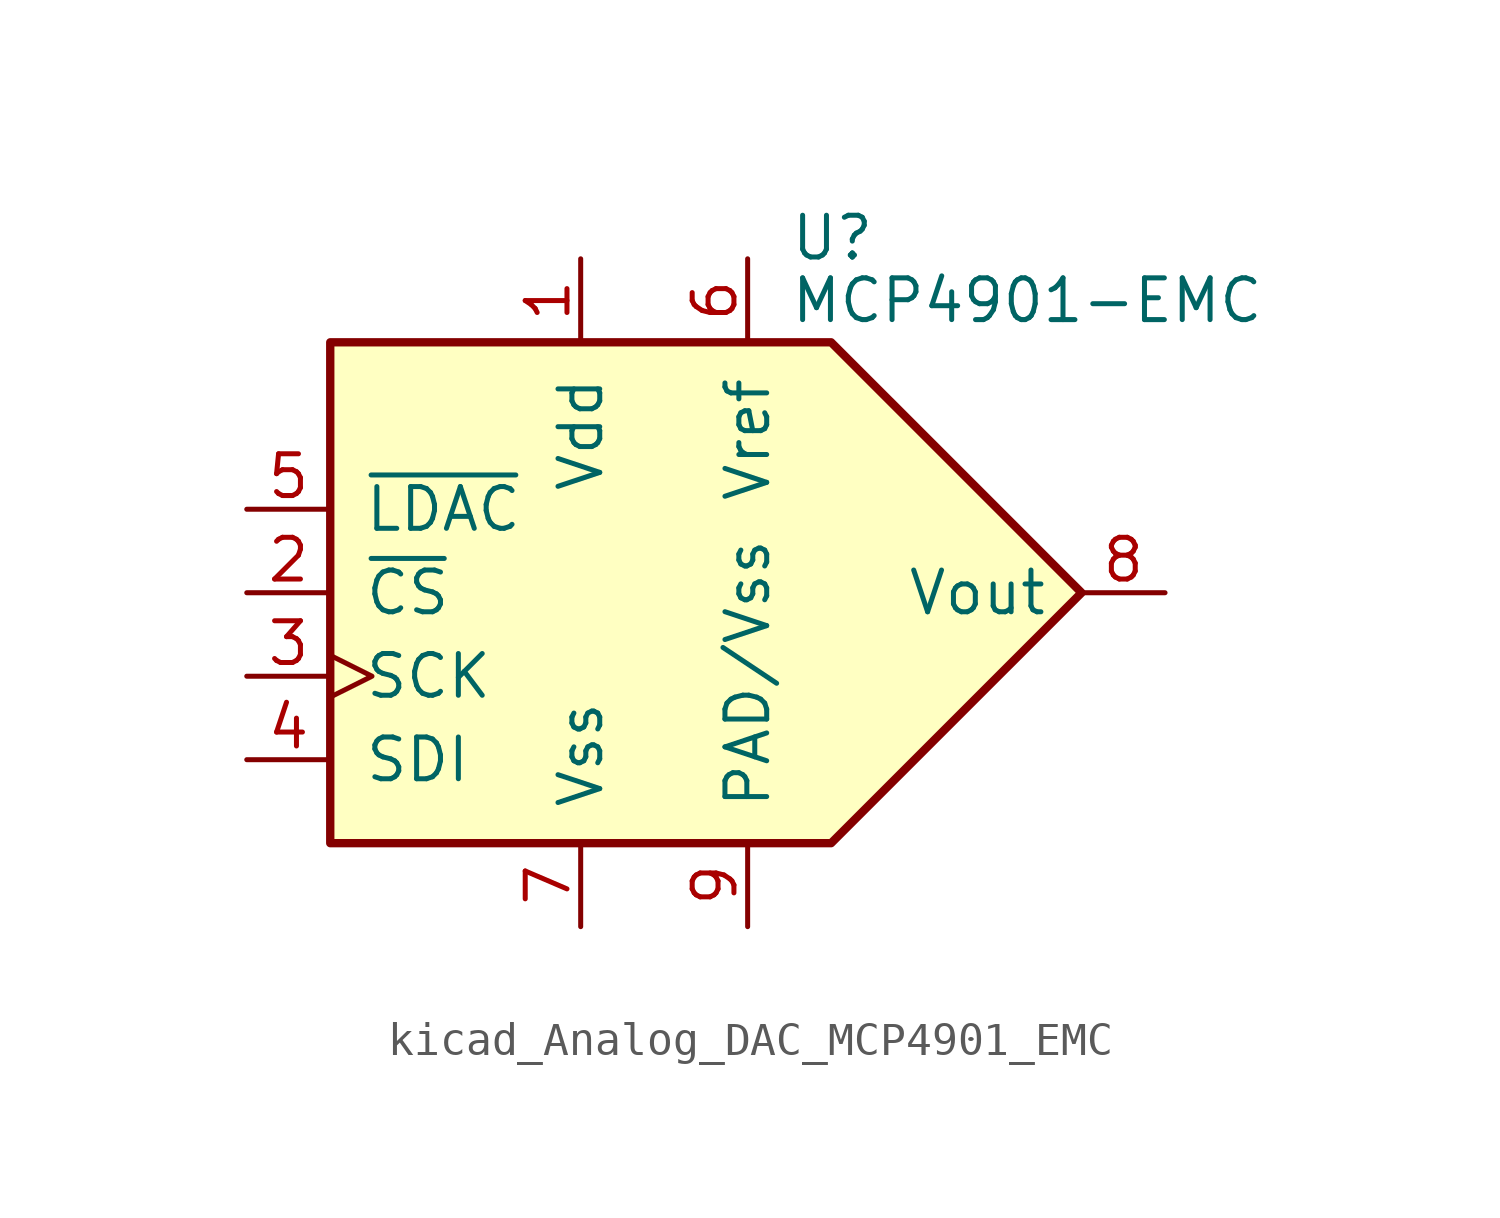
<source format=kicad_sym>
(kicad_symbol_lib
  (version 20220914)
  (generator kicad_symbol_editor)
  (symbol "kicad_Analog_DAC_MCP4901_EMC"
    (pin_names
      (offset 1.016))
    (property "Reference" "U"
      (at 6.35 10.795 0)
      (effects (font (size 1.27 1.27)) (justify left)))
    (property "Value" "MCP4901-EMC"
      (at 6.35 8.89 0)
      (effects (font (size 1.27 1.27)) (justify left)))
    (symbol "kicad_Analog_DAC_MCP4901_EMC_0_0"
      (polyline (pts (xy 15.24 0) (xy 7.62 7.62) (xy -7.62 7.62) (xy -7.62 -7.62) (xy 7.62 -7.62) (xy 15.24 0)) (stroke (width 0.254) (type default)) (fill (type background))))
    (symbol "kicad_Analog_DAC_MCP4901_EMC_1_1"
      (pin power_in line (at 0 10.16 270) (length 2.54) (name "Vdd" (effects (font (size 1.27 1.27)))) (number "1" (effects (font (size 1.27 1.27)))))
      (pin input line (at -10.16 0 0) (length 2.54) (name "~{CS}" (effects (font (size 1.27 1.27)))) (number "2" (effects (font (size 1.27 1.27)))))
      (pin input clock (at -10.16 -2.54 0) (length 2.54) (name "SCK" (effects (font (size 1.27 1.27)))) (number "3" (effects (font (size 1.27 1.27)))))
      (pin input line (at -10.16 -5.08 0) (length 2.54) (name "SDI" (effects (font (size 1.27 1.27)))) (number "4" (effects (font (size 1.27 1.27)))))
      (pin input line (at -10.16 2.54 0) (length 2.54) (name "~{LDAC}" (effects (font (size 1.27 1.27)))) (number "5" (effects (font (size 1.27 1.27)))))
      (pin power_in line (at 5.08 10.16 270) (length 2.54) (name "Vref" (effects (font (size 1.27 1.27)))) (number "6" (effects (font (size 1.27 1.27)))))
      (pin power_in line (at 0 -10.16 90) (length 2.54) (name "Vss" (effects (font (size 1.27 1.27)))) (number "7" (effects (font (size 1.27 1.27)))))
      (pin output line (at 17.78 0 180) (length 2.54) (name "Vout" (effects (font (size 1.27 1.27)))) (number "8" (effects (font (size 1.27 1.27)))))
      (pin power_in line (at 5.08 -10.16 90) (length 2.54) (name "PAD/Vss" (effects (font (size 1.27 1.27)))) (number "9" (effects (font (size 1.27 1.27))))))))
</source>
